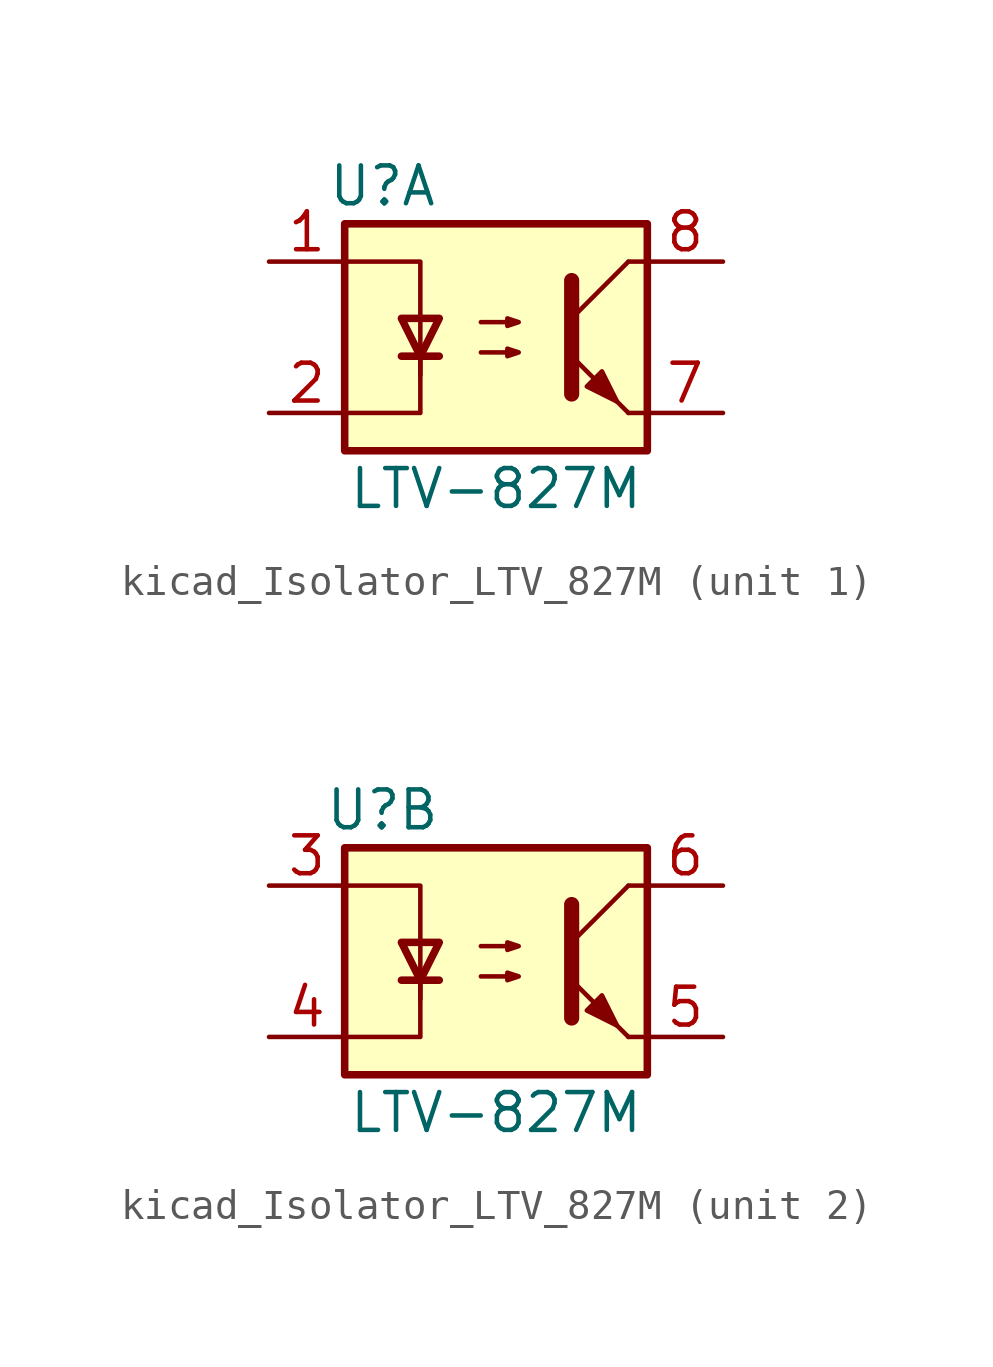
<source format=kicad_sym>
(kicad_symbol_lib
  (version 20220914)
  (generator kicad_symbol_editor)
  (symbol "kicad_Isolator_LTV_827M"
    (pin_names
      (offset 1.016))
    (property "Reference" "U"
      (at -3.81 5.08 0)
      (effects (font (size 1.27 1.27))))
    (property "Value" "LTV-827M"
      (at 0 -5.08 0)
      (effects (font (size 1.27 1.27))))
    (symbol "kicad_Isolator_LTV_827M_0_1"
      (rectangle (start -5.08 3.81) (end 5.08 -3.81) (stroke (width 0.254) (type default)) (fill (type background)))
      (polyline (pts (xy -3.175 -0.635) (xy -1.905 -0.635)) (stroke (width 0.254) (type default)) (fill (type none)))
      (polyline (pts (xy 2.54 0.635) (xy 4.445 2.54)) (stroke (width 0) (type default)) (fill (type none)))
      (polyline (pts (xy 4.445 -2.54) (xy 2.54 -0.635)) (stroke (width 0) (type default)) (fill (type outline)))
      (polyline (pts (xy 4.445 -2.54) (xy 5.08 -2.54)) (stroke (width 0) (type default)) (fill (type none)))
      (polyline (pts (xy 4.445 2.54) (xy 5.08 2.54)) (stroke (width 0) (type default)) (fill (type none)))
      (polyline (pts (xy -2.54 -0.635) (xy -2.54 -2.54) (xy -5.08 -2.54)) (stroke (width 0) (type default)) (fill (type none)))
      (polyline (pts (xy 2.54 1.905) (xy 2.54 -1.905) (xy 2.54 -1.905)) (stroke (width 0.508) (type default)) (fill (type none)))
      (polyline (pts (xy -5.08 2.54) (xy -2.54 2.54) (xy -2.54 -1.27) (xy -2.54 0.635)) (stroke (width 0) (type default)) (fill (type none)))
      (polyline (pts (xy -2.54 -0.635) (xy -3.175 0.635) (xy -1.905 0.635) (xy -2.54 -0.635)) (stroke (width 0.254) (type default)) (fill (type none)))
      (polyline (pts (xy -0.508 -0.508) (xy 0.762 -0.508) (xy 0.381 -0.635) (xy 0.381 -0.381) (xy 0.762 -0.508)) (stroke (width 0) (type default)) (fill (type none)))
      (polyline (pts (xy -0.508 0.508) (xy 0.762 0.508) (xy 0.381 0.381) (xy 0.381 0.635) (xy 0.762 0.508)) (stroke (width 0) (type default)) (fill (type none)))
      (polyline (pts (xy 3.048 -1.651) (xy 3.556 -1.143) (xy 4.064 -2.159) (xy 3.048 -1.651) (xy 3.048 -1.651)) (stroke (width 0) (type default)) (fill (type outline))))
    (symbol "kicad_Isolator_LTV_827M_1_1"
      (pin passive line (at -7.62 2.54 0) (length 2.54) (name "~" (effects (font (size 1.27 1.27)))) (number "1" (effects (font (size 1.27 1.27)))))
      (pin passive line (at -7.62 -2.54 0) (length 2.54) (name "~" (effects (font (size 1.27 1.27)))) (number "2" (effects (font (size 1.27 1.27)))))
      (pin passive line (at 7.62 -2.54 180) (length 2.54) (name "~" (effects (font (size 1.27 1.27)))) (number "7" (effects (font (size 1.27 1.27)))))
      (pin passive line (at 7.62 2.54 180) (length 2.54) (name "~" (effects (font (size 1.27 1.27)))) (number "8" (effects (font (size 1.27 1.27))))))
    (symbol "kicad_Isolator_LTV_827M_2_1"
      (pin passive line (at -7.62 2.54 0) (length 2.54) (name "~" (effects (font (size 1.27 1.27)))) (number "3" (effects (font (size 1.27 1.27)))))
      (pin passive line (at -7.62 -2.54 0) (length 2.54) (name "~" (effects (font (size 1.27 1.27)))) (number "4" (effects (font (size 1.27 1.27)))))
      (pin passive line (at 7.62 -2.54 180) (length 2.54) (name "~" (effects (font (size 1.27 1.27)))) (number "5" (effects (font (size 1.27 1.27)))))
      (pin passive line (at 7.62 2.54 180) (length 2.54) (name "~" (effects (font (size 1.27 1.27)))) (number "6" (effects (font (size 1.27 1.27))))))))
</source>
